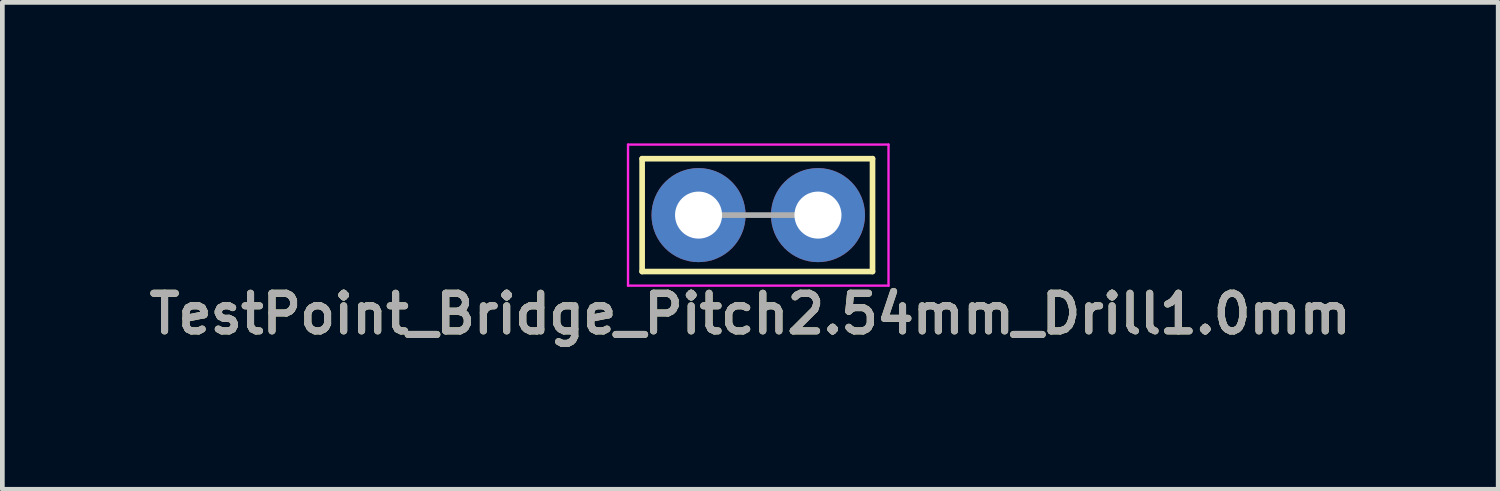
<source format=kicad_pcb>
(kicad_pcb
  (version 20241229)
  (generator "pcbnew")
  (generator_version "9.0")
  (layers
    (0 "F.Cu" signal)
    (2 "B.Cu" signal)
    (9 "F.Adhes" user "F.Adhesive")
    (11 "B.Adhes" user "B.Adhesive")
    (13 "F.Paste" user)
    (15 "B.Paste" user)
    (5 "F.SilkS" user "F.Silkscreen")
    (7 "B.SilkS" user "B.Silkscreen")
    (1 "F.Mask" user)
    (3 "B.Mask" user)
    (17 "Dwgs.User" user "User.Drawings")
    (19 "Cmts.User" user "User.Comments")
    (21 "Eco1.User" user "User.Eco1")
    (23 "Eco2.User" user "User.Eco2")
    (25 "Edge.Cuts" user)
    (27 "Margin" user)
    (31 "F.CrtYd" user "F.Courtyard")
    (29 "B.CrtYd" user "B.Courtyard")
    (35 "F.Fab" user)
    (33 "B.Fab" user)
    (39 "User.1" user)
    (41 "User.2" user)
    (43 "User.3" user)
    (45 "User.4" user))
  (footprint "TestPoint_Bridge_Pitch2.54mm_Drill1.0mm"
    (layer "F.Cu")
    (at 11.807 1.525)
    (property "Reference" "TestPoint_Bridge_Pitch2.54mm_Drill1.0mm" (at 1.1 2.1 0) (layer "F.SilkS") (effects (font (size 0.8 0.8) (thickness 0.15))))
    (attr through_hole)
    (fp_line (start -1.2 -1.2) (end -1.2 1.2) (stroke (width 0.12) (type solid)) (layer "F.SilkS"))
    (fp_line (start -1.2 1.2) (end 3.7 1.2) (stroke (width 0.12) (type solid)) (layer "F.SilkS"))
    (fp_line (start 3.7 -1.2) (end -1.2 -1.2) (stroke (width 0.12) (type solid)) (layer "F.SilkS"))
    (fp_line (start 3.7 1.2) (end 3.7 -1.2) (stroke (width 0.12) (type solid)) (layer "F.SilkS"))
    (fp_line (start -1.5 -1.5) (end -1.5 1.5) (stroke (width 0.05) (type solid)) (layer "F.CrtYd"))
    (fp_line (start -1.5 -1.5) (end 4.04 -1.5) (stroke (width 0.05) (type solid)) (layer "F.CrtYd"))
    (fp_line (start 4.04 1.5) (end -1.5 1.5) (stroke (width 0.05) (type solid)) (layer "F.CrtYd"))
    (fp_line (start 4.04 1.5) (end 4.04 -1.5) (stroke (width 0.05) (type solid)) (layer "F.CrtYd"))
    (fp_line (start 2.54 0) (end 0 0) (stroke (width 0.12) (type solid)) (layer "F.Fab"))
    (fp_text user "${REFERENCE}" (at 1.1 2.1 0) (layer "F.Fab") (effects (font (size 0.8 0.8) (thickness 0.15))))
    (pad "1" thru_hole circle (at 0 0) (size 2 2) (drill 1) (layers "*.Cu" "*.Mask"))
    (pad "1" thru_hole circle (at 2.54 0) (size 2 2) (drill 1) (layers "*.Cu" "*.Mask")))
  (gr_rect
    (start -3 -3)
    (end 28.814 7.356)
    (stroke (width 0.1) (type default))
    (fill no)
    (layer "Edge.Cuts")))
</source>
